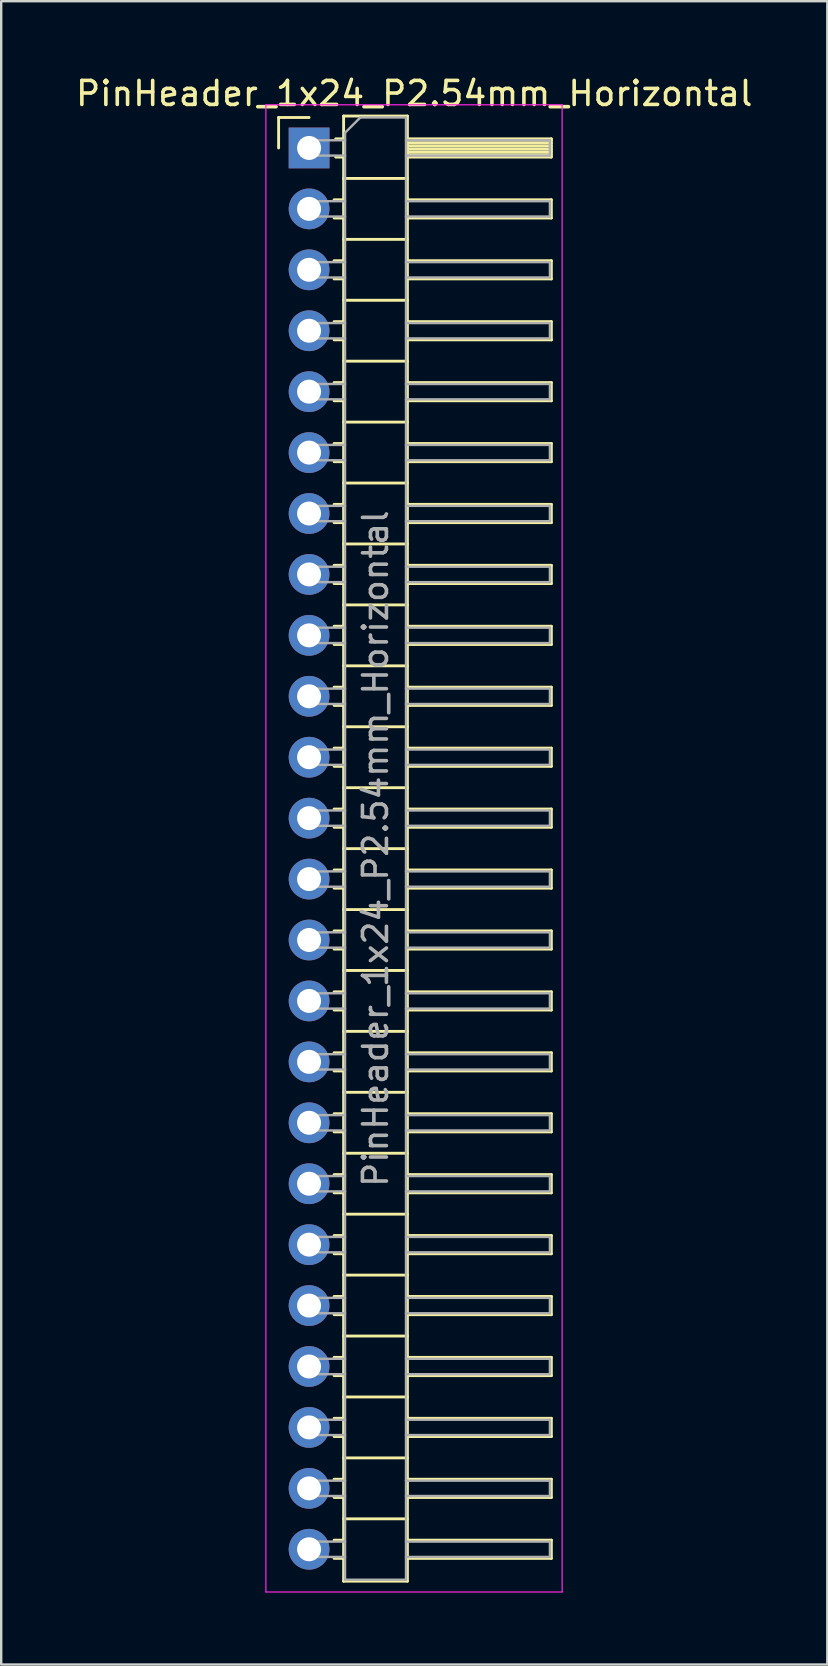
<source format=kicad_pcb>
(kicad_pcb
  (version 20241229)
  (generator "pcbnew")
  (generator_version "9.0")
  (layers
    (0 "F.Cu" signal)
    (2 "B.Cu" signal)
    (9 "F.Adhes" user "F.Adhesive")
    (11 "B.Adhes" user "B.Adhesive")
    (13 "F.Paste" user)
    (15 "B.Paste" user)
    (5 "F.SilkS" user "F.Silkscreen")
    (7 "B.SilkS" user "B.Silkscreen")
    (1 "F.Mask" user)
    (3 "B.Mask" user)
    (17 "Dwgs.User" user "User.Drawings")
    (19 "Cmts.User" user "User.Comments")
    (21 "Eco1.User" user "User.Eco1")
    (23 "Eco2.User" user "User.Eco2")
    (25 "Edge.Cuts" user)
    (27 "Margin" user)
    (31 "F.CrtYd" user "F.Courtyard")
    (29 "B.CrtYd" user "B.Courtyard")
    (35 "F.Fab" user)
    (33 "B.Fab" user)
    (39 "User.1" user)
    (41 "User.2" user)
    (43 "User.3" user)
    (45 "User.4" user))
  (footprint "PinHeader_1x24_P2.54mm_Horizontal"
    (layer "F.Cu")
    (at 9.835 3.118)
    (property "Reference" "PinHeader_1x24_P2.54mm_Horizontal" (at 4.385 -2.27 0) (layer "F.SilkS") (effects (font (size 1 1) (thickness 0.15))))
    (attr through_hole)
    (fp_line (start -1.27 -1.27) (end 0 -1.27) (stroke (width 0.12) (type solid)) (layer "F.SilkS"))
    (fp_line (start -1.27 0) (end -1.27 -1.27) (stroke (width 0.12) (type solid)) (layer "F.SilkS"))
    (fp_line (start 1.043 2.16) (end 1.44 2.16) (stroke (width 0.12) (type solid)) (layer "F.SilkS"))
    (fp_line (start 1.043 2.92) (end 1.44 2.92) (stroke (width 0.12) (type solid)) (layer "F.SilkS"))
    (fp_line (start 1.043 4.7) (end 1.44 4.7) (stroke (width 0.12) (type solid)) (layer "F.SilkS"))
    (fp_line (start 1.043 5.46) (end 1.44 5.46) (stroke (width 0.12) (type solid)) (layer "F.SilkS"))
    (fp_line (start 1.043 7.24) (end 1.44 7.24) (stroke (width 0.12) (type solid)) (layer "F.SilkS"))
    (fp_line (start 1.043 8) (end 1.44 8) (stroke (width 0.12) (type solid)) (layer "F.SilkS"))
    (fp_line (start 1.043 9.78) (end 1.44 9.78) (stroke (width 0.12) (type solid)) (layer "F.SilkS"))
    (fp_line (start 1.043 10.54) (end 1.44 10.54) (stroke (width 0.12) (type solid)) (layer "F.SilkS"))
    (fp_line (start 1.043 12.32) (end 1.44 12.32) (stroke (width 0.12) (type solid)) (layer "F.SilkS"))
    (fp_line (start 1.043 13.08) (end 1.44 13.08) (stroke (width 0.12) (type solid)) (layer "F.SilkS"))
    (fp_line (start 1.043 14.86) (end 1.44 14.86) (stroke (width 0.12) (type solid)) (layer "F.SilkS"))
    (fp_line (start 1.043 15.62) (end 1.44 15.62) (stroke (width 0.12) (type solid)) (layer "F.SilkS"))
    (fp_line (start 1.043 17.4) (end 1.44 17.4) (stroke (width 0.12) (type solid)) (layer "F.SilkS"))
    (fp_line (start 1.043 18.16) (end 1.44 18.16) (stroke (width 0.12) (type solid)) (layer "F.SilkS"))
    (fp_line (start 1.043 19.94) (end 1.44 19.94) (stroke (width 0.12) (type solid)) (layer "F.SilkS"))
    (fp_line (start 1.043 20.7) (end 1.44 20.7) (stroke (width 0.12) (type solid)) (layer "F.SilkS"))
    (fp_line (start 1.043 22.48) (end 1.44 22.48) (stroke (width 0.12) (type solid)) (layer "F.SilkS"))
    (fp_line (start 1.043 23.24) (end 1.44 23.24) (stroke (width 0.12) (type solid)) (layer "F.SilkS"))
    (fp_line (start 1.043 25.02) (end 1.44 25.02) (stroke (width 0.12) (type solid)) (layer "F.SilkS"))
    (fp_line (start 1.043 25.78) (end 1.44 25.78) (stroke (width 0.12) (type solid)) (layer "F.SilkS"))
    (fp_line (start 1.043 27.56) (end 1.44 27.56) (stroke (width 0.12) (type solid)) (layer "F.SilkS"))
    (fp_line (start 1.043 28.32) (end 1.44 28.32) (stroke (width 0.12) (type solid)) (layer "F.SilkS"))
    (fp_line (start 1.043 30.1) (end 1.44 30.1) (stroke (width 0.12) (type solid)) (layer "F.SilkS"))
    (fp_line (start 1.043 30.86) (end 1.44 30.86) (stroke (width 0.12) (type solid)) (layer "F.SilkS"))
    (fp_line (start 1.043 32.64) (end 1.44 32.64) (stroke (width 0.12) (type solid)) (layer "F.SilkS"))
    (fp_line (start 1.043 33.4) (end 1.44 33.4) (stroke (width 0.12) (type solid)) (layer "F.SilkS"))
    (fp_line (start 1.043 35.18) (end 1.44 35.18) (stroke (width 0.12) (type solid)) (layer "F.SilkS"))
    (fp_line (start 1.043 35.94) (end 1.44 35.94) (stroke (width 0.12) (type solid)) (layer "F.SilkS"))
    (fp_line (start 1.043 37.72) (end 1.44 37.72) (stroke (width 0.12) (type solid)) (layer "F.SilkS"))
    (fp_line (start 1.043 38.48) (end 1.44 38.48) (stroke (width 0.12) (type solid)) (layer "F.SilkS"))
    (fp_line (start 1.043 40.26) (end 1.44 40.26) (stroke (width 0.12) (type solid)) (layer "F.SilkS"))
    (fp_line (start 1.043 41.02) (end 1.44 41.02) (stroke (width 0.12) (type solid)) (layer "F.SilkS"))
    (fp_line (start 1.043 42.8) (end 1.44 42.8) (stroke (width 0.12) (type solid)) (layer "F.SilkS"))
    (fp_line (start 1.043 43.56) (end 1.44 43.56) (stroke (width 0.12) (type solid)) (layer "F.SilkS"))
    (fp_line (start 1.043 45.34) (end 1.44 45.34) (stroke (width 0.12) (type solid)) (layer "F.SilkS"))
    (fp_line (start 1.043 46.1) (end 1.44 46.1) (stroke (width 0.12) (type solid)) (layer "F.SilkS"))
    (fp_line (start 1.043 47.88) (end 1.44 47.88) (stroke (width 0.12) (type solid)) (layer "F.SilkS"))
    (fp_line (start 1.043 48.64) (end 1.44 48.64) (stroke (width 0.12) (type solid)) (layer "F.SilkS"))
    (fp_line (start 1.043 50.42) (end 1.44 50.42) (stroke (width 0.12) (type solid)) (layer "F.SilkS"))
    (fp_line (start 1.043 51.18) (end 1.44 51.18) (stroke (width 0.12) (type solid)) (layer "F.SilkS"))
    (fp_line (start 1.043 52.96) (end 1.44 52.96) (stroke (width 0.12) (type solid)) (layer "F.SilkS"))
    (fp_line (start 1.043 53.72) (end 1.44 53.72) (stroke (width 0.12) (type solid)) (layer "F.SilkS"))
    (fp_line (start 1.043 55.5) (end 1.44 55.5) (stroke (width 0.12) (type solid)) (layer "F.SilkS"))
    (fp_line (start 1.043 56.26) (end 1.44 56.26) (stroke (width 0.12) (type solid)) (layer "F.SilkS"))
    (fp_line (start 1.043 58.04) (end 1.44 58.04) (stroke (width 0.12) (type solid)) (layer "F.SilkS"))
    (fp_line (start 1.043 58.8) (end 1.44 58.8) (stroke (width 0.12) (type solid)) (layer "F.SilkS"))
    (fp_line (start 1.11 -0.38) (end 1.44 -0.38) (stroke (width 0.12) (type solid)) (layer "F.SilkS"))
    (fp_line (start 1.11 0.38) (end 1.44 0.38) (stroke (width 0.12) (type solid)) (layer "F.SilkS"))
    (fp_line (start 1.44 -1.33) (end 1.44 59.75) (stroke (width 0.12) (type solid)) (layer "F.SilkS"))
    (fp_line (start 1.44 1.27) (end 4.1 1.27) (stroke (width 0.12) (type solid)) (layer "F.SilkS"))
    (fp_line (start 1.44 3.81) (end 4.1 3.81) (stroke (width 0.12) (type solid)) (layer "F.SilkS"))
    (fp_line (start 1.44 6.35) (end 4.1 6.35) (stroke (width 0.12) (type solid)) (layer "F.SilkS"))
    (fp_line (start 1.44 8.89) (end 4.1 8.89) (stroke (width 0.12) (type solid)) (layer "F.SilkS"))
    (fp_line (start 1.44 11.43) (end 4.1 11.43) (stroke (width 0.12) (type solid)) (layer "F.SilkS"))
    (fp_line (start 1.44 13.97) (end 4.1 13.97) (stroke (width 0.12) (type solid)) (layer "F.SilkS"))
    (fp_line (start 1.44 16.51) (end 4.1 16.51) (stroke (width 0.12) (type solid)) (layer "F.SilkS"))
    (fp_line (start 1.44 19.05) (end 4.1 19.05) (stroke (width 0.12) (type solid)) (layer "F.SilkS"))
    (fp_line (start 1.44 21.59) (end 4.1 21.59) (stroke (width 0.12) (type solid)) (layer "F.SilkS"))
    (fp_line (start 1.44 24.13) (end 4.1 24.13) (stroke (width 0.12) (type solid)) (layer "F.SilkS"))
    (fp_line (start 1.44 26.67) (end 4.1 26.67) (stroke (width 0.12) (type solid)) (layer "F.SilkS"))
    (fp_line (start 1.44 29.21) (end 4.1 29.21) (stroke (width 0.12) (type solid)) (layer "F.SilkS"))
    (fp_line (start 1.44 31.75) (end 4.1 31.75) (stroke (width 0.12) (type solid)) (layer "F.SilkS"))
    (fp_line (start 1.44 34.29) (end 4.1 34.29) (stroke (width 0.12) (type solid)) (layer "F.SilkS"))
    (fp_line (start 1.44 36.83) (end 4.1 36.83) (stroke (width 0.12) (type solid)) (layer "F.SilkS"))
    (fp_line (start 1.44 39.37) (end 4.1 39.37) (stroke (width 0.12) (type solid)) (layer "F.SilkS"))
    (fp_line (start 1.44 41.91) (end 4.1 41.91) (stroke (width 0.12) (type solid)) (layer "F.SilkS"))
    (fp_line (start 1.44 44.45) (end 4.1 44.45) (stroke (width 0.12) (type solid)) (layer "F.SilkS"))
    (fp_line (start 1.44 46.99) (end 4.1 46.99) (stroke (width 0.12) (type solid)) (layer "F.SilkS"))
    (fp_line (start 1.44 49.53) (end 4.1 49.53) (stroke (width 0.12) (type solid)) (layer "F.SilkS"))
    (fp_line (start 1.44 52.07) (end 4.1 52.07) (stroke (width 0.12) (type solid)) (layer "F.SilkS"))
    (fp_line (start 1.44 54.61) (end 4.1 54.61) (stroke (width 0.12) (type solid)) (layer "F.SilkS"))
    (fp_line (start 1.44 57.15) (end 4.1 57.15) (stroke (width 0.12) (type solid)) (layer "F.SilkS"))
    (fp_line (start 1.44 59.75) (end 4.1 59.75) (stroke (width 0.12) (type solid)) (layer "F.SilkS"))
    (fp_line (start 4.1 -1.33) (end 1.44 -1.33) (stroke (width 0.12) (type solid)) (layer "F.SilkS"))
    (fp_line (start 4.1 -0.38) (end 10.1 -0.38) (stroke (width 0.12) (type solid)) (layer "F.SilkS"))
    (fp_line (start 4.1 -0.32) (end 10.1 -0.32) (stroke (width 0.12) (type solid)) (layer "F.SilkS"))
    (fp_line (start 4.1 -0.2) (end 10.1 -0.2) (stroke (width 0.12) (type solid)) (layer "F.SilkS"))
    (fp_line (start 4.1 -0.08) (end 10.1 -0.08) (stroke (width 0.12) (type solid)) (layer "F.SilkS"))
    (fp_line (start 4.1 0.04) (end 10.1 0.04) (stroke (width 0.12) (type solid)) (layer "F.SilkS"))
    (fp_line (start 4.1 0.16) (end 10.1 0.16) (stroke (width 0.12) (type solid)) (layer "F.SilkS"))
    (fp_line (start 4.1 0.28) (end 10.1 0.28) (stroke (width 0.12) (type solid)) (layer "F.SilkS"))
    (fp_line (start 4.1 2.16) (end 10.1 2.16) (stroke (width 0.12) (type solid)) (layer "F.SilkS"))
    (fp_line (start 4.1 4.7) (end 10.1 4.7) (stroke (width 0.12) (type solid)) (layer "F.SilkS"))
    (fp_line (start 4.1 7.24) (end 10.1 7.24) (stroke (width 0.12) (type solid)) (layer "F.SilkS"))
    (fp_line (start 4.1 9.78) (end 10.1 9.78) (stroke (width 0.12) (type solid)) (layer "F.SilkS"))
    (fp_line (start 4.1 12.32) (end 10.1 12.32) (stroke (width 0.12) (type solid)) (layer "F.SilkS"))
    (fp_line (start 4.1 14.86) (end 10.1 14.86) (stroke (width 0.12) (type solid)) (layer "F.SilkS"))
    (fp_line (start 4.1 17.4) (end 10.1 17.4) (stroke (width 0.12) (type solid)) (layer "F.SilkS"))
    (fp_line (start 4.1 19.94) (end 10.1 19.94) (stroke (width 0.12) (type solid)) (layer "F.SilkS"))
    (fp_line (start 4.1 22.48) (end 10.1 22.48) (stroke (width 0.12) (type solid)) (layer "F.SilkS"))
    (fp_line (start 4.1 25.02) (end 10.1 25.02) (stroke (width 0.12) (type solid)) (layer "F.SilkS"))
    (fp_line (start 4.1 27.56) (end 10.1 27.56) (stroke (width 0.12) (type solid)) (layer "F.SilkS"))
    (fp_line (start 4.1 30.1) (end 10.1 30.1) (stroke (width 0.12) (type solid)) (layer "F.SilkS"))
    (fp_line (start 4.1 32.64) (end 10.1 32.64) (stroke (width 0.12) (type solid)) (layer "F.SilkS"))
    (fp_line (start 4.1 35.18) (end 10.1 35.18) (stroke (width 0.12) (type solid)) (layer "F.SilkS"))
    (fp_line (start 4.1 37.72) (end 10.1 37.72) (stroke (width 0.12) (type solid)) (layer "F.SilkS"))
    (fp_line (start 4.1 40.26) (end 10.1 40.26) (stroke (width 0.12) (type solid)) (layer "F.SilkS"))
    (fp_line (start 4.1 42.8) (end 10.1 42.8) (stroke (width 0.12) (type solid)) (layer "F.SilkS"))
    (fp_line (start 4.1 45.34) (end 10.1 45.34) (stroke (width 0.12) (type solid)) (layer "F.SilkS"))
    (fp_line (start 4.1 47.88) (end 10.1 47.88) (stroke (width 0.12) (type solid)) (layer "F.SilkS"))
    (fp_line (start 4.1 50.42) (end 10.1 50.42) (stroke (width 0.12) (type solid)) (layer "F.SilkS"))
    (fp_line (start 4.1 52.96) (end 10.1 52.96) (stroke (width 0.12) (type solid)) (layer "F.SilkS"))
    (fp_line (start 4.1 55.5) (end 10.1 55.5) (stroke (width 0.12) (type solid)) (layer "F.SilkS"))
    (fp_line (start 4.1 58.04) (end 10.1 58.04) (stroke (width 0.12) (type solid)) (layer "F.SilkS"))
    (fp_line (start 4.1 59.75) (end 4.1 -1.33) (stroke (width 0.12) (type solid)) (layer "F.SilkS"))
    (fp_line (start 10.1 -0.38) (end 10.1 0.38) (stroke (width 0.12) (type solid)) (layer "F.SilkS"))
    (fp_line (start 10.1 0.38) (end 4.1 0.38) (stroke (width 0.12) (type solid)) (layer "F.SilkS"))
    (fp_line (start 10.1 2.16) (end 10.1 2.92) (stroke (width 0.12) (type solid)) (layer "F.SilkS"))
    (fp_line (start 10.1 2.92) (end 4.1 2.92) (stroke (width 0.12) (type solid)) (layer "F.SilkS"))
    (fp_line (start 10.1 4.7) (end 10.1 5.46) (stroke (width 0.12) (type solid)) (layer "F.SilkS"))
    (fp_line (start 10.1 5.46) (end 4.1 5.46) (stroke (width 0.12) (type solid)) (layer "F.SilkS"))
    (fp_line (start 10.1 7.24) (end 10.1 8) (stroke (width 0.12) (type solid)) (layer "F.SilkS"))
    (fp_line (start 10.1 8) (end 4.1 8) (stroke (width 0.12) (type solid)) (layer "F.SilkS"))
    (fp_line (start 10.1 9.78) (end 10.1 10.54) (stroke (width 0.12) (type solid)) (layer "F.SilkS"))
    (fp_line (start 10.1 10.54) (end 4.1 10.54) (stroke (width 0.12) (type solid)) (layer "F.SilkS"))
    (fp_line (start 10.1 12.32) (end 10.1 13.08) (stroke (width 0.12) (type solid)) (layer "F.SilkS"))
    (fp_line (start 10.1 13.08) (end 4.1 13.08) (stroke (width 0.12) (type solid)) (layer "F.SilkS"))
    (fp_line (start 10.1 14.86) (end 10.1 15.62) (stroke (width 0.12) (type solid)) (layer "F.SilkS"))
    (fp_line (start 10.1 15.62) (end 4.1 15.62) (stroke (width 0.12) (type solid)) (layer "F.SilkS"))
    (fp_line (start 10.1 17.4) (end 10.1 18.16) (stroke (width 0.12) (type solid)) (layer "F.SilkS"))
    (fp_line (start 10.1 18.16) (end 4.1 18.16) (stroke (width 0.12) (type solid)) (layer "F.SilkS"))
    (fp_line (start 10.1 19.94) (end 10.1 20.7) (stroke (width 0.12) (type solid)) (layer "F.SilkS"))
    (fp_line (start 10.1 20.7) (end 4.1 20.7) (stroke (width 0.12) (type solid)) (layer "F.SilkS"))
    (fp_line (start 10.1 22.48) (end 10.1 23.24) (stroke (width 0.12) (type solid)) (layer "F.SilkS"))
    (fp_line (start 10.1 23.24) (end 4.1 23.24) (stroke (width 0.12) (type solid)) (layer "F.SilkS"))
    (fp_line (start 10.1 25.02) (end 10.1 25.78) (stroke (width 0.12) (type solid)) (layer "F.SilkS"))
    (fp_line (start 10.1 25.78) (end 4.1 25.78) (stroke (width 0.12) (type solid)) (layer "F.SilkS"))
    (fp_line (start 10.1 27.56) (end 10.1 28.32) (stroke (width 0.12) (type solid)) (layer "F.SilkS"))
    (fp_line (start 10.1 28.32) (end 4.1 28.32) (stroke (width 0.12) (type solid)) (layer "F.SilkS"))
    (fp_line (start 10.1 30.1) (end 10.1 30.86) (stroke (width 0.12) (type solid)) (layer "F.SilkS"))
    (fp_line (start 10.1 30.86) (end 4.1 30.86) (stroke (width 0.12) (type solid)) (layer "F.SilkS"))
    (fp_line (start 10.1 32.64) (end 10.1 33.4) (stroke (width 0.12) (type solid)) (layer "F.SilkS"))
    (fp_line (start 10.1 33.4) (end 4.1 33.4) (stroke (width 0.12) (type solid)) (layer "F.SilkS"))
    (fp_line (start 10.1 35.18) (end 10.1 35.94) (stroke (width 0.12) (type solid)) (layer "F.SilkS"))
    (fp_line (start 10.1 35.94) (end 4.1 35.94) (stroke (width 0.12) (type solid)) (layer "F.SilkS"))
    (fp_line (start 10.1 37.72) (end 10.1 38.48) (stroke (width 0.12) (type solid)) (layer "F.SilkS"))
    (fp_line (start 10.1 38.48) (end 4.1 38.48) (stroke (width 0.12) (type solid)) (layer "F.SilkS"))
    (fp_line (start 10.1 40.26) (end 10.1 41.02) (stroke (width 0.12) (type solid)) (layer "F.SilkS"))
    (fp_line (start 10.1 41.02) (end 4.1 41.02) (stroke (width 0.12) (type solid)) (layer "F.SilkS"))
    (fp_line (start 10.1 42.8) (end 10.1 43.56) (stroke (width 0.12) (type solid)) (layer "F.SilkS"))
    (fp_line (start 10.1 43.56) (end 4.1 43.56) (stroke (width 0.12) (type solid)) (layer "F.SilkS"))
    (fp_line (start 10.1 45.34) (end 10.1 46.1) (stroke (width 0.12) (type solid)) (layer "F.SilkS"))
    (fp_line (start 10.1 46.1) (end 4.1 46.1) (stroke (width 0.12) (type solid)) (layer "F.SilkS"))
    (fp_line (start 10.1 47.88) (end 10.1 48.64) (stroke (width 0.12) (type solid)) (layer "F.SilkS"))
    (fp_line (start 10.1 48.64) (end 4.1 48.64) (stroke (width 0.12) (type solid)) (layer "F.SilkS"))
    (fp_line (start 10.1 50.42) (end 10.1 51.18) (stroke (width 0.12) (type solid)) (layer "F.SilkS"))
    (fp_line (start 10.1 51.18) (end 4.1 51.18) (stroke (width 0.12) (type solid)) (layer "F.SilkS"))
    (fp_line (start 10.1 52.96) (end 10.1 53.72) (stroke (width 0.12) (type solid)) (layer "F.SilkS"))
    (fp_line (start 10.1 53.72) (end 4.1 53.72) (stroke (width 0.12) (type solid)) (layer "F.SilkS"))
    (fp_line (start 10.1 55.5) (end 10.1 56.26) (stroke (width 0.12) (type solid)) (layer "F.SilkS"))
    (fp_line (start 10.1 56.26) (end 4.1 56.26) (stroke (width 0.12) (type solid)) (layer "F.SilkS"))
    (fp_line (start 10.1 58.04) (end 10.1 58.8) (stroke (width 0.12) (type solid)) (layer "F.SilkS"))
    (fp_line (start 10.1 58.8) (end 4.1 58.8) (stroke (width 0.12) (type solid)) (layer "F.SilkS"))
    (fp_line (start -1.8 -1.8) (end -1.8 60.2) (stroke (width 0.05) (type solid)) (layer "F.CrtYd"))
    (fp_line (start -1.8 60.2) (end 10.55 60.2) (stroke (width 0.05) (type solid)) (layer "F.CrtYd"))
    (fp_line (start 10.55 -1.8) (end -1.8 -1.8) (stroke (width 0.05) (type solid)) (layer "F.CrtYd"))
    (fp_line (start 10.55 60.2) (end 10.55 -1.8) (stroke (width 0.05) (type solid)) (layer "F.CrtYd"))
    (fp_line (start -0.32 -0.32) (end -0.32 0.32) (stroke (width 0.1) (type solid)) (layer "F.Fab"))
    (fp_line (start -0.32 -0.32) (end 1.5 -0.32) (stroke (width 0.1) (type solid)) (layer "F.Fab"))
    (fp_line (start -0.32 0.32) (end 1.5 0.32) (stroke (width 0.1) (type solid)) (layer "F.Fab"))
    (fp_line (start -0.32 2.22) (end -0.32 2.86) (stroke (width 0.1) (type solid)) (layer "F.Fab"))
    (fp_line (start -0.32 2.22) (end 1.5 2.22) (stroke (width 0.1) (type solid)) (layer "F.Fab"))
    (fp_line (start -0.32 2.86) (end 1.5 2.86) (stroke (width 0.1) (type solid)) (layer "F.Fab"))
    (fp_line (start -0.32 4.76) (end -0.32 5.4) (stroke (width 0.1) (type solid)) (layer "F.Fab"))
    (fp_line (start -0.32 4.76) (end 1.5 4.76) (stroke (width 0.1) (type solid)) (layer "F.Fab"))
    (fp_line (start -0.32 5.4) (end 1.5 5.4) (stroke (width 0.1) (type solid)) (layer "F.Fab"))
    (fp_line (start -0.32 7.3) (end -0.32 7.94) (stroke (width 0.1) (type solid)) (layer "F.Fab"))
    (fp_line (start -0.32 7.3) (end 1.5 7.3) (stroke (width 0.1) (type solid)) (layer "F.Fab"))
    (fp_line (start -0.32 7.94) (end 1.5 7.94) (stroke (width 0.1) (type solid)) (layer "F.Fab"))
    (fp_line (start -0.32 9.84) (end -0.32 10.48) (stroke (width 0.1) (type solid)) (layer "F.Fab"))
    (fp_line (start -0.32 9.84) (end 1.5 9.84) (stroke (width 0.1) (type solid)) (layer "F.Fab"))
    (fp_line (start -0.32 10.48) (end 1.5 10.48) (stroke (width 0.1) (type solid)) (layer "F.Fab"))
    (fp_line (start -0.32 12.38) (end -0.32 13.02) (stroke (width 0.1) (type solid)) (layer "F.Fab"))
    (fp_line (start -0.32 12.38) (end 1.5 12.38) (stroke (width 0.1) (type solid)) (layer "F.Fab"))
    (fp_line (start -0.32 13.02) (end 1.5 13.02) (stroke (width 0.1) (type solid)) (layer "F.Fab"))
    (fp_line (start -0.32 14.92) (end -0.32 15.56) (stroke (width 0.1) (type solid)) (layer "F.Fab"))
    (fp_line (start -0.32 14.92) (end 1.5 14.92) (stroke (width 0.1) (type solid)) (layer "F.Fab"))
    (fp_line (start -0.32 15.56) (end 1.5 15.56) (stroke (width 0.1) (type solid)) (layer "F.Fab"))
    (fp_line (start -0.32 17.46) (end -0.32 18.1) (stroke (width 0.1) (type solid)) (layer "F.Fab"))
    (fp_line (start -0.32 17.46) (end 1.5 17.46) (stroke (width 0.1) (type solid)) (layer "F.Fab"))
    (fp_line (start -0.32 18.1) (end 1.5 18.1) (stroke (width 0.1) (type solid)) (layer "F.Fab"))
    (fp_line (start -0.32 20) (end -0.32 20.64) (stroke (width 0.1) (type solid)) (layer "F.Fab"))
    (fp_line (start -0.32 20) (end 1.5 20) (stroke (width 0.1) (type solid)) (layer "F.Fab"))
    (fp_line (start -0.32 20.64) (end 1.5 20.64) (stroke (width 0.1) (type solid)) (layer "F.Fab"))
    (fp_line (start -0.32 22.54) (end -0.32 23.18) (stroke (width 0.1) (type solid)) (layer "F.Fab"))
    (fp_line (start -0.32 22.54) (end 1.5 22.54) (stroke (width 0.1) (type solid)) (layer "F.Fab"))
    (fp_line (start -0.32 23.18) (end 1.5 23.18) (stroke (width 0.1) (type solid)) (layer "F.Fab"))
    (fp_line (start -0.32 25.08) (end -0.32 25.72) (stroke (width 0.1) (type solid)) (layer "F.Fab"))
    (fp_line (start -0.32 25.08) (end 1.5 25.08) (stroke (width 0.1) (type solid)) (layer "F.Fab"))
    (fp_line (start -0.32 25.72) (end 1.5 25.72) (stroke (width 0.1) (type solid)) (layer "F.Fab"))
    (fp_line (start -0.32 27.62) (end -0.32 28.26) (stroke (width 0.1) (type solid)) (layer "F.Fab"))
    (fp_line (start -0.32 27.62) (end 1.5 27.62) (stroke (width 0.1) (type solid)) (layer "F.Fab"))
    (fp_line (start -0.32 28.26) (end 1.5 28.26) (stroke (width 0.1) (type solid)) (layer "F.Fab"))
    (fp_line (start -0.32 30.16) (end -0.32 30.8) (stroke (width 0.1) (type solid)) (layer "F.Fab"))
    (fp_line (start -0.32 30.16) (end 1.5 30.16) (stroke (width 0.1) (type solid)) (layer "F.Fab"))
    (fp_line (start -0.32 30.8) (end 1.5 30.8) (stroke (width 0.1) (type solid)) (layer "F.Fab"))
    (fp_line (start -0.32 32.7) (end -0.32 33.34) (stroke (width 0.1) (type solid)) (layer "F.Fab"))
    (fp_line (start -0.32 32.7) (end 1.5 32.7) (stroke (width 0.1) (type solid)) (layer "F.Fab"))
    (fp_line (start -0.32 33.34) (end 1.5 33.34) (stroke (width 0.1) (type solid)) (layer "F.Fab"))
    (fp_line (start -0.32 35.24) (end -0.32 35.88) (stroke (width 0.1) (type solid)) (layer "F.Fab"))
    (fp_line (start -0.32 35.24) (end 1.5 35.24) (stroke (width 0.1) (type solid)) (layer "F.Fab"))
    (fp_line (start -0.32 35.88) (end 1.5 35.88) (stroke (width 0.1) (type solid)) (layer "F.Fab"))
    (fp_line (start -0.32 37.78) (end -0.32 38.42) (stroke (width 0.1) (type solid)) (layer "F.Fab"))
    (fp_line (start -0.32 37.78) (end 1.5 37.78) (stroke (width 0.1) (type solid)) (layer "F.Fab"))
    (fp_line (start -0.32 38.42) (end 1.5 38.42) (stroke (width 0.1) (type solid)) (layer "F.Fab"))
    (fp_line (start -0.32 40.32) (end -0.32 40.96) (stroke (width 0.1) (type solid)) (layer "F.Fab"))
    (fp_line (start -0.32 40.32) (end 1.5 40.32) (stroke (width 0.1) (type solid)) (layer "F.Fab"))
    (fp_line (start -0.32 40.96) (end 1.5 40.96) (stroke (width 0.1) (type solid)) (layer "F.Fab"))
    (fp_line (start -0.32 42.86) (end -0.32 43.5) (stroke (width 0.1) (type solid)) (layer "F.Fab"))
    (fp_line (start -0.32 42.86) (end 1.5 42.86) (stroke (width 0.1) (type solid)) (layer "F.Fab"))
    (fp_line (start -0.32 43.5) (end 1.5 43.5) (stroke (width 0.1) (type solid)) (layer "F.Fab"))
    (fp_line (start -0.32 45.4) (end -0.32 46.04) (stroke (width 0.1) (type solid)) (layer "F.Fab"))
    (fp_line (start -0.32 45.4) (end 1.5 45.4) (stroke (width 0.1) (type solid)) (layer "F.Fab"))
    (fp_line (start -0.32 46.04) (end 1.5 46.04) (stroke (width 0.1) (type solid)) (layer "F.Fab"))
    (fp_line (start -0.32 47.94) (end -0.32 48.58) (stroke (width 0.1) (type solid)) (layer "F.Fab"))
    (fp_line (start -0.32 47.94) (end 1.5 47.94) (stroke (width 0.1) (type solid)) (layer "F.Fab"))
    (fp_line (start -0.32 48.58) (end 1.5 48.58) (stroke (width 0.1) (type solid)) (layer "F.Fab"))
    (fp_line (start -0.32 50.48) (end -0.32 51.12) (stroke (width 0.1) (type solid)) (layer "F.Fab"))
    (fp_line (start -0.32 50.48) (end 1.5 50.48) (stroke (width 0.1) (type solid)) (layer "F.Fab"))
    (fp_line (start -0.32 51.12) (end 1.5 51.12) (stroke (width 0.1) (type solid)) (layer "F.Fab"))
    (fp_line (start -0.32 53.02) (end -0.32 53.66) (stroke (width 0.1) (type solid)) (layer "F.Fab"))
    (fp_line (start -0.32 53.02) (end 1.5 53.02) (stroke (width 0.1) (type solid)) (layer "F.Fab"))
    (fp_line (start -0.32 53.66) (end 1.5 53.66) (stroke (width 0.1) (type solid)) (layer "F.Fab"))
    (fp_line (start -0.32 55.56) (end -0.32 56.2) (stroke (width 0.1) (type solid)) (layer "F.Fab"))
    (fp_line (start -0.32 55.56) (end 1.5 55.56) (stroke (width 0.1) (type solid)) (layer "F.Fab"))
    (fp_line (start -0.32 56.2) (end 1.5 56.2) (stroke (width 0.1) (type solid)) (layer "F.Fab"))
    (fp_line (start -0.32 58.1) (end -0.32 58.74) (stroke (width 0.1) (type solid)) (layer "F.Fab"))
    (fp_line (start -0.32 58.1) (end 1.5 58.1) (stroke (width 0.1) (type solid)) (layer "F.Fab"))
    (fp_line (start -0.32 58.74) (end 1.5 58.74) (stroke (width 0.1) (type solid)) (layer "F.Fab"))
    (fp_line (start 1.5 -0.635) (end 2.135 -1.27) (stroke (width 0.1) (type solid)) (layer "F.Fab"))
    (fp_line (start 1.5 59.69) (end 1.5 -0.635) (stroke (width 0.1) (type solid)) (layer "F.Fab"))
    (fp_line (start 2.135 -1.27) (end 4.04 -1.27) (stroke (width 0.1) (type solid)) (layer "F.Fab"))
    (fp_line (start 4.04 -1.27) (end 4.04 59.69) (stroke (width 0.1) (type solid)) (layer "F.Fab"))
    (fp_line (start 4.04 -0.32) (end 10.04 -0.32) (stroke (width 0.1) (type solid)) (layer "F.Fab"))
    (fp_line (start 4.04 0.32) (end 10.04 0.32) (stroke (width 0.1) (type solid)) (layer "F.Fab"))
    (fp_line (start 4.04 2.22) (end 10.04 2.22) (stroke (width 0.1) (type solid)) (layer "F.Fab"))
    (fp_line (start 4.04 2.86) (end 10.04 2.86) (stroke (width 0.1) (type solid)) (layer "F.Fab"))
    (fp_line (start 4.04 4.76) (end 10.04 4.76) (stroke (width 0.1) (type solid)) (layer "F.Fab"))
    (fp_line (start 4.04 5.4) (end 10.04 5.4) (stroke (width 0.1) (type solid)) (layer "F.Fab"))
    (fp_line (start 4.04 7.3) (end 10.04 7.3) (stroke (width 0.1) (type solid)) (layer "F.Fab"))
    (fp_line (start 4.04 7.94) (end 10.04 7.94) (stroke (width 0.1) (type solid)) (layer "F.Fab"))
    (fp_line (start 4.04 9.84) (end 10.04 9.84) (stroke (width 0.1) (type solid)) (layer "F.Fab"))
    (fp_line (start 4.04 10.48) (end 10.04 10.48) (stroke (width 0.1) (type solid)) (layer "F.Fab"))
    (fp_line (start 4.04 12.38) (end 10.04 12.38) (stroke (width 0.1) (type solid)) (layer "F.Fab"))
    (fp_line (start 4.04 13.02) (end 10.04 13.02) (stroke (width 0.1) (type solid)) (layer "F.Fab"))
    (fp_line (start 4.04 14.92) (end 10.04 14.92) (stroke (width 0.1) (type solid)) (layer "F.Fab"))
    (fp_line (start 4.04 15.56) (end 10.04 15.56) (stroke (width 0.1) (type solid)) (layer "F.Fab"))
    (fp_line (start 4.04 17.46) (end 10.04 17.46) (stroke (width 0.1) (type solid)) (layer "F.Fab"))
    (fp_line (start 4.04 18.1) (end 10.04 18.1) (stroke (width 0.1) (type solid)) (layer "F.Fab"))
    (fp_line (start 4.04 20) (end 10.04 20) (stroke (width 0.1) (type solid)) (layer "F.Fab"))
    (fp_line (start 4.04 20.64) (end 10.04 20.64) (stroke (width 0.1) (type solid)) (layer "F.Fab"))
    (fp_line (start 4.04 22.54) (end 10.04 22.54) (stroke (width 0.1) (type solid)) (layer "F.Fab"))
    (fp_line (start 4.04 23.18) (end 10.04 23.18) (stroke (width 0.1) (type solid)) (layer "F.Fab"))
    (fp_line (start 4.04 25.08) (end 10.04 25.08) (stroke (width 0.1) (type solid)) (layer "F.Fab"))
    (fp_line (start 4.04 25.72) (end 10.04 25.72) (stroke (width 0.1) (type solid)) (layer "F.Fab"))
    (fp_line (start 4.04 27.62) (end 10.04 27.62) (stroke (width 0.1) (type solid)) (layer "F.Fab"))
    (fp_line (start 4.04 28.26) (end 10.04 28.26) (stroke (width 0.1) (type solid)) (layer "F.Fab"))
    (fp_line (start 4.04 30.16) (end 10.04 30.16) (stroke (width 0.1) (type solid)) (layer "F.Fab"))
    (fp_line (start 4.04 30.8) (end 10.04 30.8) (stroke (width 0.1) (type solid)) (layer "F.Fab"))
    (fp_line (start 4.04 32.7) (end 10.04 32.7) (stroke (width 0.1) (type solid)) (layer "F.Fab"))
    (fp_line (start 4.04 33.34) (end 10.04 33.34) (stroke (width 0.1) (type solid)) (layer "F.Fab"))
    (fp_line (start 4.04 35.24) (end 10.04 35.24) (stroke (width 0.1) (type solid)) (layer "F.Fab"))
    (fp_line (start 4.04 35.88) (end 10.04 35.88) (stroke (width 0.1) (type solid)) (layer "F.Fab"))
    (fp_line (start 4.04 37.78) (end 10.04 37.78) (stroke (width 0.1) (type solid)) (layer "F.Fab"))
    (fp_line (start 4.04 38.42) (end 10.04 38.42) (stroke (width 0.1) (type solid)) (layer "F.Fab"))
    (fp_line (start 4.04 40.32) (end 10.04 40.32) (stroke (width 0.1) (type solid)) (layer "F.Fab"))
    (fp_line (start 4.04 40.96) (end 10.04 40.96) (stroke (width 0.1) (type solid)) (layer "F.Fab"))
    (fp_line (start 4.04 42.86) (end 10.04 42.86) (stroke (width 0.1) (type solid)) (layer "F.Fab"))
    (fp_line (start 4.04 43.5) (end 10.04 43.5) (stroke (width 0.1) (type solid)) (layer "F.Fab"))
    (fp_line (start 4.04 45.4) (end 10.04 45.4) (stroke (width 0.1) (type solid)) (layer "F.Fab"))
    (fp_line (start 4.04 46.04) (end 10.04 46.04) (stroke (width 0.1) (type solid)) (layer "F.Fab"))
    (fp_line (start 4.04 47.94) (end 10.04 47.94) (stroke (width 0.1) (type solid)) (layer "F.Fab"))
    (fp_line (start 4.04 48.58) (end 10.04 48.58) (stroke (width 0.1) (type solid)) (layer "F.Fab"))
    (fp_line (start 4.04 50.48) (end 10.04 50.48) (stroke (width 0.1) (type solid)) (layer "F.Fab"))
    (fp_line (start 4.04 51.12) (end 10.04 51.12) (stroke (width 0.1) (type solid)) (layer "F.Fab"))
    (fp_line (start 4.04 53.02) (end 10.04 53.02) (stroke (width 0.1) (type solid)) (layer "F.Fab"))
    (fp_line (start 4.04 53.66) (end 10.04 53.66) (stroke (width 0.1) (type solid)) (layer "F.Fab"))
    (fp_line (start 4.04 55.56) (end 10.04 55.56) (stroke (width 0.1) (type solid)) (layer "F.Fab"))
    (fp_line (start 4.04 56.2) (end 10.04 56.2) (stroke (width 0.1) (type solid)) (layer "F.Fab"))
    (fp_line (start 4.04 58.1) (end 10.04 58.1) (stroke (width 0.1) (type solid)) (layer "F.Fab"))
    (fp_line (start 4.04 58.74) (end 10.04 58.74) (stroke (width 0.1) (type solid)) (layer "F.Fab"))
    (fp_line (start 4.04 59.69) (end 1.5 59.69) (stroke (width 0.1) (type solid)) (layer "F.Fab"))
    (fp_line (start 10.04 -0.32) (end 10.04 0.32) (stroke (width 0.1) (type solid)) (layer "F.Fab"))
    (fp_line (start 10.04 2.22) (end 10.04 2.86) (stroke (width 0.1) (type solid)) (layer "F.Fab"))
    (fp_line (start 10.04 4.76) (end 10.04 5.4) (stroke (width 0.1) (type solid)) (layer "F.Fab"))
    (fp_line (start 10.04 7.3) (end 10.04 7.94) (stroke (width 0.1) (type solid)) (layer "F.Fab"))
    (fp_line (start 10.04 9.84) (end 10.04 10.48) (stroke (width 0.1) (type solid)) (layer "F.Fab"))
    (fp_line (start 10.04 12.38) (end 10.04 13.02) (stroke (width 0.1) (type solid)) (layer "F.Fab"))
    (fp_line (start 10.04 14.92) (end 10.04 15.56) (stroke (width 0.1) (type solid)) (layer "F.Fab"))
    (fp_line (start 10.04 17.46) (end 10.04 18.1) (stroke (width 0.1) (type solid)) (layer "F.Fab"))
    (fp_line (start 10.04 20) (end 10.04 20.64) (stroke (width 0.1) (type solid)) (layer "F.Fab"))
    (fp_line (start 10.04 22.54) (end 10.04 23.18) (stroke (width 0.1) (type solid)) (layer "F.Fab"))
    (fp_line (start 10.04 25.08) (end 10.04 25.72) (stroke (width 0.1) (type solid)) (layer "F.Fab"))
    (fp_line (start 10.04 27.62) (end 10.04 28.26) (stroke (width 0.1) (type solid)) (layer "F.Fab"))
    (fp_line (start 10.04 30.16) (end 10.04 30.8) (stroke (width 0.1) (type solid)) (layer "F.Fab"))
    (fp_line (start 10.04 32.7) (end 10.04 33.34) (stroke (width 0.1) (type solid)) (layer "F.Fab"))
    (fp_line (start 10.04 35.24) (end 10.04 35.88) (stroke (width 0.1) (type solid)) (layer "F.Fab"))
    (fp_line (start 10.04 37.78) (end 10.04 38.42) (stroke (width 0.1) (type solid)) (layer "F.Fab"))
    (fp_line (start 10.04 40.32) (end 10.04 40.96) (stroke (width 0.1) (type solid)) (layer "F.Fab"))
    (fp_line (start 10.04 42.86) (end 10.04 43.5) (stroke (width 0.1) (type solid)) (layer "F.Fab"))
    (fp_line (start 10.04 45.4) (end 10.04 46.04) (stroke (width 0.1) (type solid)) (layer "F.Fab"))
    (fp_line (start 10.04 47.94) (end 10.04 48.58) (stroke (width 0.1) (type solid)) (layer "F.Fab"))
    (fp_line (start 10.04 50.48) (end 10.04 51.12) (stroke (width 0.1) (type solid)) (layer "F.Fab"))
    (fp_line (start 10.04 53.02) (end 10.04 53.66) (stroke (width 0.1) (type solid)) (layer "F.Fab"))
    (fp_line (start 10.04 55.56) (end 10.04 56.2) (stroke (width 0.1) (type solid)) (layer "F.Fab"))
    (fp_line (start 10.04 58.1) (end 10.04 58.74) (stroke (width 0.1) (type solid)) (layer "F.Fab"))
    (fp_text user "${REFERENCE}" (at 2.77 29.21 90) (layer "F.Fab") (effects (font (size 1 1) (thickness 0.15))))
    (pad "1" thru_hole rect (at 0 0) (size 1.7 1.7) (drill 1) (layers "*.Cu" "*.Mask"))
    (pad "2" thru_hole oval (at 0 2.54) (size 1.7 1.7) (drill 1) (layers "*.Cu" "*.Mask"))
    (pad "3" thru_hole oval (at 0 5.08) (size 1.7 1.7) (drill 1) (layers "*.Cu" "*.Mask"))
    (pad "4" thru_hole oval (at 0 7.62) (size 1.7 1.7) (drill 1) (layers "*.Cu" "*.Mask"))
    (pad "5" thru_hole oval (at 0 10.16) (size 1.7 1.7) (drill 1) (layers "*.Cu" "*.Mask"))
    (pad "6" thru_hole oval (at 0 12.7) (size 1.7 1.7) (drill 1) (layers "*.Cu" "*.Mask"))
    (pad "7" thru_hole oval (at 0 15.24) (size 1.7 1.7) (drill 1) (layers "*.Cu" "*.Mask"))
    (pad "8" thru_hole oval (at 0 17.78) (size 1.7 1.7) (drill 1) (layers "*.Cu" "*.Mask"))
    (pad "9" thru_hole oval (at 0 20.32) (size 1.7 1.7) (drill 1) (layers "*.Cu" "*.Mask"))
    (pad "10" thru_hole oval (at 0 22.86) (size 1.7 1.7) (drill 1) (layers "*.Cu" "*.Mask"))
    (pad "11" thru_hole oval (at 0 25.4) (size 1.7 1.7) (drill 1) (layers "*.Cu" "*.Mask"))
    (pad "12" thru_hole oval (at 0 27.94) (size 1.7 1.7) (drill 1) (layers "*.Cu" "*.Mask"))
    (pad "13" thru_hole oval (at 0 30.48) (size 1.7 1.7) (drill 1) (layers "*.Cu" "*.Mask"))
    (pad "14" thru_hole oval (at 0 33.02) (size 1.7 1.7) (drill 1) (layers "*.Cu" "*.Mask"))
    (pad "15" thru_hole oval (at 0 35.56) (size 1.7 1.7) (drill 1) (layers "*.Cu" "*.Mask"))
    (pad "16" thru_hole oval (at 0 38.1) (size 1.7 1.7) (drill 1) (layers "*.Cu" "*.Mask"))
    (pad "17" thru_hole oval (at 0 40.64) (size 1.7 1.7) (drill 1) (layers "*.Cu" "*.Mask"))
    (pad "18" thru_hole oval (at 0 43.18) (size 1.7 1.7) (drill 1) (layers "*.Cu" "*.Mask"))
    (pad "19" thru_hole oval (at 0 45.72) (size 1.7 1.7) (drill 1) (layers "*.Cu" "*.Mask"))
    (pad "20" thru_hole oval (at 0 48.26) (size 1.7 1.7) (drill 1) (layers "*.Cu" "*.Mask"))
    (pad "21" thru_hole oval (at 0 50.8) (size 1.7 1.7) (drill 1) (layers "*.Cu" "*.Mask"))
    (pad "22" thru_hole oval (at 0 53.34) (size 1.7 1.7) (drill 1) (layers "*.Cu" "*.Mask"))
    (pad "23" thru_hole oval (at 0 55.88) (size 1.7 1.7) (drill 1) (layers "*.Cu" "*.Mask"))
    (pad "24" thru_hole oval (at 0 58.42) (size 1.7 1.7) (drill 1) (layers "*.Cu" "*.Mask")))
  (gr_rect
    (start -3 -3)
    (end 31.44 66.343)
    (stroke (width 0.1) (type default))
    (fill no)
    (layer "Edge.Cuts")))
</source>
